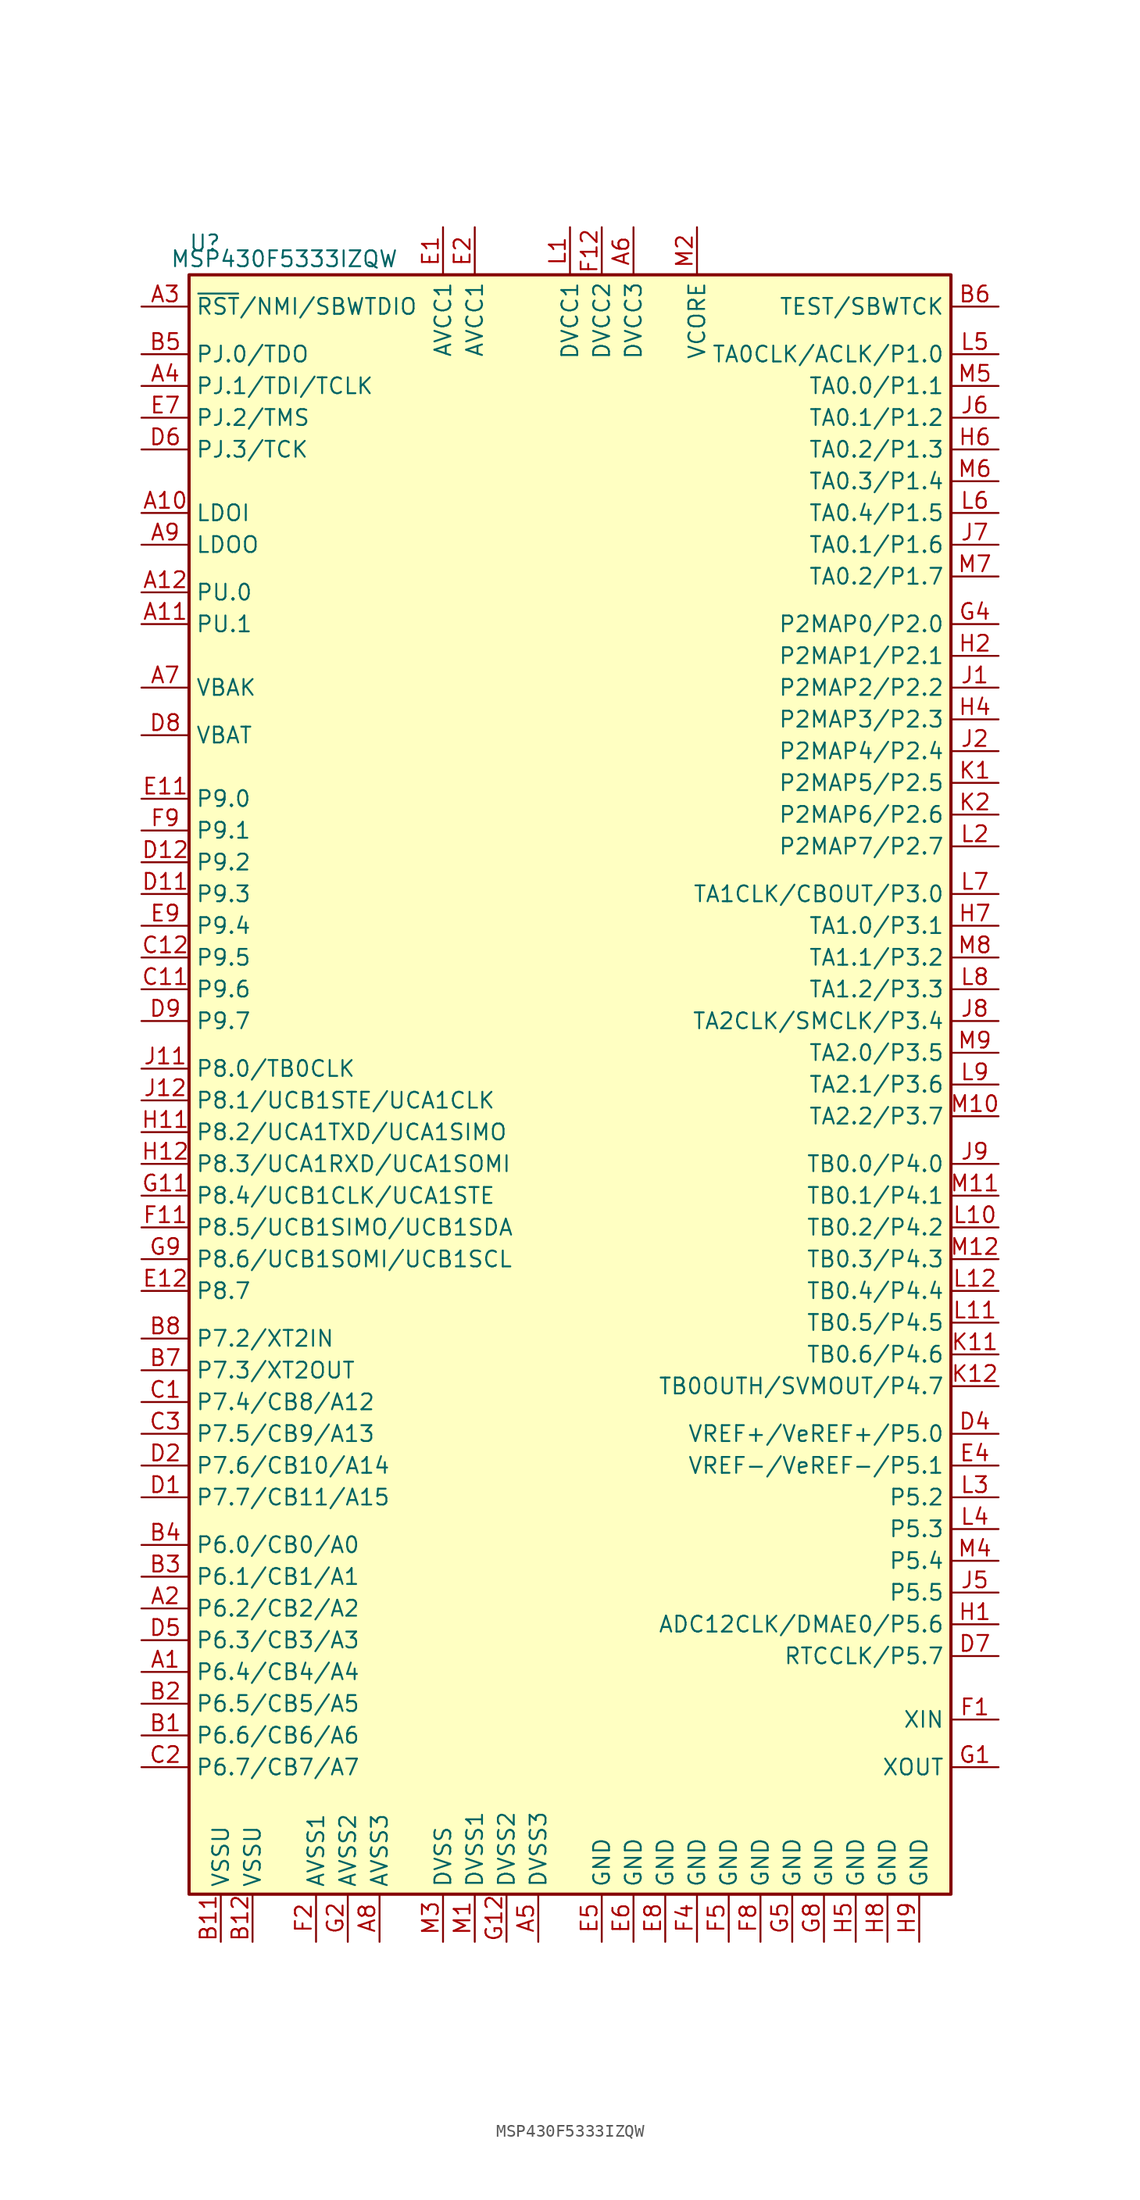
<source format=kicad_sym>
(kicad_symbol_lib
  (version 20231120)
  (generator "kicad_symbol_editor")
  (generator_version "8.0")
  (symbol "MSP430F5333IZQW"
    (property "Reference" "U"
      (at -29.21 67.31 0)
      (effects (font (size 1.27 1.27))))
    (property "Value" "MSP430F5333IZQW"
      (at -22.86 66.04 0)
      (effects (font (size 1.27 1.27))))
    (symbol "MSP430F5333IZQW_0_1"
      (rectangle (start -30.48 64.77) (end 30.48 -64.77) (stroke (width 0.254) (type default)) (fill (type background))))
    (symbol "MSP430F5333IZQW_1_1"
      (pin bidirectional line (at -34.29 -46.99 0) (length 3.81) (name "P6.4/CB4/A4" (effects (font (size 1.27 1.27)))) (number "A1" (effects (font (size 1.27 1.27)))))
      (pin bidirectional line (at -34.29 45.72 0) (length 3.81) (name "LDOI" (effects (font (size 1.27 1.27)))) (number "A10" (effects (font (size 1.27 1.27)))))
      (pin bidirectional line (at -34.29 36.83 0) (length 3.81) (name "PU.1" (effects (font (size 1.27 1.27)))) (number "A11" (effects (font (size 1.27 1.27)))))
      (pin bidirectional line (at -34.29 39.37 0) (length 3.81) (name "PU.0" (effects (font (size 1.27 1.27)))) (number "A12" (effects (font (size 1.27 1.27)))))
      (pin bidirectional line (at -34.29 -41.91 0) (length 3.81) (name "P6.2/CB2/A2" (effects (font (size 1.27 1.27)))) (number "A2" (effects (font (size 1.27 1.27)))))
      (pin input line (at -34.29 62.23 0) (length 3.81) (name "~{RST}/NMI/SBWTDIO" (effects (font (size 1.27 1.27)))) (number "A3" (effects (font (size 1.27 1.27)))))
      (pin bidirectional line (at -34.29 55.88 0) (length 3.81) (name "PJ.1/TDI/TCLK" (effects (font (size 1.27 1.27)))) (number "A4" (effects (font (size 1.27 1.27)))))
      (pin power_in line (at -2.54 -68.58 90) (length 3.81) (name "DVSS3" (effects (font (size 1.27 1.27)))) (number "A5" (effects (font (size 1.27 1.27)))))
      (pin power_in line (at 5.08 68.58 270) (length 3.81) (name "DVCC3" (effects (font (size 1.27 1.27)))) (number "A6" (effects (font (size 1.27 1.27)))))
      (pin bidirectional line (at -34.29 31.75 0) (length 3.81) (name "VBAK" (effects (font (size 1.27 1.27)))) (number "A7" (effects (font (size 1.27 1.27)))))
      (pin power_in line (at -15.24 -68.58 90) (length 3.81) (name "AVSS3" (effects (font (size 1.27 1.27)))) (number "A8" (effects (font (size 1.27 1.27)))))
      (pin bidirectional line (at -34.29 43.18 0) (length 3.81) (name "LDOO" (effects (font (size 1.27 1.27)))) (number "A9" (effects (font (size 1.27 1.27)))))
      (pin bidirectional line (at -34.29 -52.07 0) (length 3.81) (name "P6.6/CB6/A6" (effects (font (size 1.27 1.27)))) (number "B1" (effects (font (size 1.27 1.27)))))
      (pin power_in line (at -27.94 -68.58 90) (length 3.81) (name "VSSU" (effects (font (size 1.27 1.27)))) (number "B11" (effects (font (size 1.27 1.27)))))
      (pin power_in line (at -25.4 -68.58 90) (length 3.81) (name "VSSU" (effects (font (size 1.27 1.27)))) (number "B12" (effects (font (size 1.27 1.27)))))
      (pin bidirectional line (at -34.29 -49.53 0) (length 3.81) (name "P6.5/CB5/A5" (effects (font (size 1.27 1.27)))) (number "B2" (effects (font (size 1.27 1.27)))))
      (pin bidirectional line (at -34.29 -39.37 0) (length 3.81) (name "P6.1/CB1/A1" (effects (font (size 1.27 1.27)))) (number "B3" (effects (font (size 1.27 1.27)))))
      (pin bidirectional line (at -34.29 -36.83 0) (length 3.81) (name "P6.0/CB0/A0" (effects (font (size 1.27 1.27)))) (number "B4" (effects (font (size 1.27 1.27)))))
      (pin bidirectional line (at -34.29 58.42 0) (length 3.81) (name "PJ.0/TDO" (effects (font (size 1.27 1.27)))) (number "B5" (effects (font (size 1.27 1.27)))))
      (pin input line (at 34.29 62.23 180) (length 3.81) (name "TEST/SBWTCK" (effects (font (size 1.27 1.27)))) (number "B6" (effects (font (size 1.27 1.27)))))
      (pin bidirectional line (at -34.29 -22.86 0) (length 3.81) (name "P7.3/XT2OUT" (effects (font (size 1.27 1.27)))) (number "B7" (effects (font (size 1.27 1.27)))))
      (pin bidirectional line (at -34.29 -20.32 0) (length 3.81) (name "P7.2/XT2IN" (effects (font (size 1.27 1.27)))) (number "B8" (effects (font (size 1.27 1.27)))))
      (pin bidirectional line (at -34.29 -25.4 0) (length 3.81) (name "P7.4/CB8/A12" (effects (font (size 1.27 1.27)))) (number "C1" (effects (font (size 1.27 1.27)))))
      (pin bidirectional line (at -34.29 7.62 0) (length 3.81) (name "P9.6" (effects (font (size 1.27 1.27)))) (number "C11" (effects (font (size 1.27 1.27)))))
      (pin bidirectional line (at -34.29 10.16 0) (length 3.81) (name "P9.5" (effects (font (size 1.27 1.27)))) (number "C12" (effects (font (size 1.27 1.27)))))
      (pin bidirectional line (at -34.29 -54.61 0) (length 3.81) (name "P6.7/CB7/A7" (effects (font (size 1.27 1.27)))) (number "C2" (effects (font (size 1.27 1.27)))))
      (pin bidirectional line (at -34.29 -27.94 0) (length 3.81) (name "P7.5/CB9/A13" (effects (font (size 1.27 1.27)))) (number "C3" (effects (font (size 1.27 1.27)))))
      (pin bidirectional line (at -34.29 -33.02 0) (length 3.81) (name "P7.7/CB11/A15" (effects (font (size 1.27 1.27)))) (number "D1" (effects (font (size 1.27 1.27)))))
      (pin bidirectional line (at -34.29 15.24 0) (length 3.81) (name "P9.3" (effects (font (size 1.27 1.27)))) (number "D11" (effects (font (size 1.27 1.27)))))
      (pin bidirectional line (at -34.29 17.78 0) (length 3.81) (name "P9.2" (effects (font (size 1.27 1.27)))) (number "D12" (effects (font (size 1.27 1.27)))))
      (pin bidirectional line (at -34.29 -30.48 0) (length 3.81) (name "P7.6/CB10/A14" (effects (font (size 1.27 1.27)))) (number "D2" (effects (font (size 1.27 1.27)))))
      (pin bidirectional line (at 34.29 -27.94 180) (length 3.81) (name "VREF+/VeREF+/P5.0" (effects (font (size 1.27 1.27)))) (number "D4" (effects (font (size 1.27 1.27)))))
      (pin bidirectional line (at -34.29 -44.45 0) (length 3.81) (name "P6.3/CB3/A3" (effects (font (size 1.27 1.27)))) (number "D5" (effects (font (size 1.27 1.27)))))
      (pin bidirectional line (at -34.29 50.8 0) (length 3.81) (name "PJ.3/TCK" (effects (font (size 1.27 1.27)))) (number "D6" (effects (font (size 1.27 1.27)))))
      (pin bidirectional line (at 34.29 -45.72 180) (length 3.81) (name "RTCCLK/P5.7" (effects (font (size 1.27 1.27)))) (number "D7" (effects (font (size 1.27 1.27)))))
      (pin bidirectional line (at -34.29 27.94 0) (length 3.81) (name "VBAT" (effects (font (size 1.27 1.27)))) (number "D8" (effects (font (size 1.27 1.27)))))
      (pin bidirectional line (at -34.29 5.08 0) (length 3.81) (name "P9.7" (effects (font (size 1.27 1.27)))) (number "D9" (effects (font (size 1.27 1.27)))))
      (pin power_in line (at -10.16 68.58 270) (length 3.81) (name "AVCC1" (effects (font (size 1.27 1.27)))) (number "E1" (effects (font (size 1.27 1.27)))))
      (pin bidirectional line (at -34.29 22.86 0) (length 3.81) (name "P9.0" (effects (font (size 1.27 1.27)))) (number "E11" (effects (font (size 1.27 1.27)))))
      (pin bidirectional line (at -34.29 -16.51 0) (length 3.81) (name "P8.7" (effects (font (size 1.27 1.27)))) (number "E12" (effects (font (size 1.27 1.27)))))
      (pin power_in line (at -7.62 68.58 270) (length 3.81) (name "AVCC1" (effects (font (size 1.27 1.27)))) (number "E2" (effects (font (size 1.27 1.27)))))
      (pin bidirectional line (at 34.29 -30.48 180) (length 3.81) (name "VREF-/VeREF-/P5.1" (effects (font (size 1.27 1.27)))) (number "E4" (effects (font (size 1.27 1.27)))))
      (pin power_in line (at 2.54 -68.58 90) (length 3.81) (name "GND" (effects (font (size 1.27 1.27)))) (number "E5" (effects (font (size 1.27 1.27)))))
      (pin power_in line (at 5.08 -68.58 90) (length 3.81) (name "GND" (effects (font (size 1.27 1.27)))) (number "E6" (effects (font (size 1.27 1.27)))))
      (pin bidirectional line (at -34.29 53.34 0) (length 3.81) (name "PJ.2/TMS" (effects (font (size 1.27 1.27)))) (number "E7" (effects (font (size 1.27 1.27)))))
      (pin power_in line (at 7.62 -68.58 90) (length 3.81) (name "GND" (effects (font (size 1.27 1.27)))) (number "E8" (effects (font (size 1.27 1.27)))))
      (pin bidirectional line (at -34.29 12.7 0) (length 3.81) (name "P9.4" (effects (font (size 1.27 1.27)))) (number "E9" (effects (font (size 1.27 1.27)))))
      (pin bidirectional line (at 34.29 -50.8 180) (length 3.81) (name "XIN" (effects (font (size 1.27 1.27)))) (number "F1" (effects (font (size 1.27 1.27)))))
      (pin bidirectional line (at -34.29 -11.43 0) (length 3.81) (name "P8.5/UCB1SIMO/UCB1SDA" (effects (font (size 1.27 1.27)))) (number "F11" (effects (font (size 1.27 1.27)))))
      (pin power_in line (at 2.54 68.58 270) (length 3.81) (name "DVCC2" (effects (font (size 1.27 1.27)))) (number "F12" (effects (font (size 1.27 1.27)))))
      (pin power_in line (at -20.32 -68.58 90) (length 3.81) (name "AVSS1" (effects (font (size 1.27 1.27)))) (number "F2" (effects (font (size 1.27 1.27)))))
      (pin power_in line (at 10.16 -68.58 90) (length 3.81) (name "GND" (effects (font (size 1.27 1.27)))) (number "F4" (effects (font (size 1.27 1.27)))))
      (pin power_in line (at 12.7 -68.58 90) (length 3.81) (name "GND" (effects (font (size 1.27 1.27)))) (number "F5" (effects (font (size 1.27 1.27)))))
      (pin power_in line (at 15.24 -68.58 90) (length 3.81) (name "GND" (effects (font (size 1.27 1.27)))) (number "F8" (effects (font (size 1.27 1.27)))))
      (pin bidirectional line (at -34.29 20.32 0) (length 3.81) (name "P9.1" (effects (font (size 1.27 1.27)))) (number "F9" (effects (font (size 1.27 1.27)))))
      (pin bidirectional line (at 34.29 -54.61 180) (length 3.81) (name "XOUT" (effects (font (size 1.27 1.27)))) (number "G1" (effects (font (size 1.27 1.27)))))
      (pin bidirectional line (at -34.29 -8.89 0) (length 3.81) (name "P8.4/UCB1CLK/UCA1STE" (effects (font (size 1.27 1.27)))) (number "G11" (effects (font (size 1.27 1.27)))))
      (pin power_in line (at -5.08 -68.58 90) (length 3.81) (name "DVSS2" (effects (font (size 1.27 1.27)))) (number "G12" (effects (font (size 1.27 1.27)))))
      (pin power_in line (at -17.78 -68.58 90) (length 3.81) (name "AVSS2" (effects (font (size 1.27 1.27)))) (number "G2" (effects (font (size 1.27 1.27)))))
      (pin bidirectional line (at 34.29 36.83 180) (length 3.81) (name "P2MAP0/P2.0" (effects (font (size 1.27 1.27)))) (number "G4" (effects (font (size 1.27 1.27)))))
      (pin power_in line (at 17.78 -68.58 90) (length 3.81) (name "GND" (effects (font (size 1.27 1.27)))) (number "G5" (effects (font (size 1.27 1.27)))))
      (pin power_in line (at 20.32 -68.58 90) (length 3.81) (name "GND" (effects (font (size 1.27 1.27)))) (number "G8" (effects (font (size 1.27 1.27)))))
      (pin bidirectional line (at -34.29 -13.97 0) (length 3.81) (name "P8.6/UCB1SOMI/UCB1SCL" (effects (font (size 1.27 1.27)))) (number "G9" (effects (font (size 1.27 1.27)))))
      (pin bidirectional line (at 34.29 -43.18 180) (length 3.81) (name "ADC12CLK/DMAE0/P5.6" (effects (font (size 1.27 1.27)))) (number "H1" (effects (font (size 1.27 1.27)))))
      (pin bidirectional line (at -34.29 -3.81 0) (length 3.81) (name "P8.2/UCA1TXD/UCA1SIMO" (effects (font (size 1.27 1.27)))) (number "H11" (effects (font (size 1.27 1.27)))))
      (pin bidirectional line (at -34.29 -6.35 0) (length 3.81) (name "P8.3/UCA1RXD/UCA1SOMI" (effects (font (size 1.27 1.27)))) (number "H12" (effects (font (size 1.27 1.27)))))
      (pin bidirectional line (at 34.29 34.29 180) (length 3.81) (name "P2MAP1/P2.1" (effects (font (size 1.27 1.27)))) (number "H2" (effects (font (size 1.27 1.27)))))
      (pin bidirectional line (at 34.29 29.21 180) (length 3.81) (name "P2MAP3/P2.3" (effects (font (size 1.27 1.27)))) (number "H4" (effects (font (size 1.27 1.27)))))
      (pin power_in line (at 22.86 -68.58 90) (length 3.81) (name "GND" (effects (font (size 1.27 1.27)))) (number "H5" (effects (font (size 1.27 1.27)))))
      (pin bidirectional line (at 34.29 50.8 180) (length 3.81) (name "TA0.2/P1.3" (effects (font (size 1.27 1.27)))) (number "H6" (effects (font (size 1.27 1.27)))))
      (pin bidirectional line (at 34.29 12.7 180) (length 3.81) (name "TA1.0/P3.1" (effects (font (size 1.27 1.27)))) (number "H7" (effects (font (size 1.27 1.27)))))
      (pin power_in line (at 25.4 -68.58 90) (length 3.81) (name "GND" (effects (font (size 1.27 1.27)))) (number "H8" (effects (font (size 1.27 1.27)))))
      (pin power_in line (at 27.94 -68.58 90) (length 3.81) (name "GND" (effects (font (size 1.27 1.27)))) (number "H9" (effects (font (size 1.27 1.27)))))
      (pin bidirectional line (at 34.29 31.75 180) (length 3.81) (name "P2MAP2/P2.2" (effects (font (size 1.27 1.27)))) (number "J1" (effects (font (size 1.27 1.27)))))
      (pin bidirectional line (at -34.29 1.27 0) (length 3.81) (name "P8.0/TB0CLK" (effects (font (size 1.27 1.27)))) (number "J11" (effects (font (size 1.27 1.27)))))
      (pin bidirectional line (at -34.29 -1.27 0) (length 3.81) (name "P8.1/UCB1STE/UCA1CLK" (effects (font (size 1.27 1.27)))) (number "J12" (effects (font (size 1.27 1.27)))))
      (pin bidirectional line (at 34.29 26.67 180) (length 3.81) (name "P2MAP4/P2.4" (effects (font (size 1.27 1.27)))) (number "J2" (effects (font (size 1.27 1.27)))))
      (pin bidirectional line (at 34.29 -40.64 180) (length 3.81) (name "P5.5" (effects (font (size 1.27 1.27)))) (number "J5" (effects (font (size 1.27 1.27)))))
      (pin bidirectional line (at 34.29 53.34 180) (length 3.81) (name "TA0.1/P1.2" (effects (font (size 1.27 1.27)))) (number "J6" (effects (font (size 1.27 1.27)))))
      (pin bidirectional line (at 34.29 43.18 180) (length 3.81) (name "TA0.1/P1.6" (effects (font (size 1.27 1.27)))) (number "J7" (effects (font (size 1.27 1.27)))))
      (pin bidirectional line (at 34.29 5.08 180) (length 3.81) (name "TA2CLK/SMCLK/P3.4" (effects (font (size 1.27 1.27)))) (number "J8" (effects (font (size 1.27 1.27)))))
      (pin bidirectional line (at 34.29 -6.35 180) (length 3.81) (name "TB0.0/P4.0" (effects (font (size 1.27 1.27)))) (number "J9" (effects (font (size 1.27 1.27)))))
      (pin bidirectional line (at 34.29 24.13 180) (length 3.81) (name "P2MAP5/P2.5" (effects (font (size 1.27 1.27)))) (number "K1" (effects (font (size 1.27 1.27)))))
      (pin bidirectional line (at 34.29 -21.59 180) (length 3.81) (name "TB0.6/P4.6" (effects (font (size 1.27 1.27)))) (number "K11" (effects (font (size 1.27 1.27)))))
      (pin bidirectional line (at 34.29 -24.13 180) (length 3.81) (name "TB0OUTH/SVMOUT/P4.7" (effects (font (size 1.27 1.27)))) (number "K12" (effects (font (size 1.27 1.27)))))
      (pin bidirectional line (at 34.29 21.59 180) (length 3.81) (name "P2MAP6/P2.6" (effects (font (size 1.27 1.27)))) (number "K2" (effects (font (size 1.27 1.27)))))
      (pin power_in line (at 0 68.58 270) (length 3.81) (name "DVCC1" (effects (font (size 1.27 1.27)))) (number "L1" (effects (font (size 1.27 1.27)))))
      (pin bidirectional line (at 34.29 -11.43 180) (length 3.81) (name "TB0.2/P4.2" (effects (font (size 1.27 1.27)))) (number "L10" (effects (font (size 1.27 1.27)))))
      (pin bidirectional line (at 34.29 -19.05 180) (length 3.81) (name "TB0.5/P4.5" (effects (font (size 1.27 1.27)))) (number "L11" (effects (font (size 1.27 1.27)))))
      (pin bidirectional line (at 34.29 -16.51 180) (length 3.81) (name "TB0.4/P4.4" (effects (font (size 1.27 1.27)))) (number "L12" (effects (font (size 1.27 1.27)))))
      (pin bidirectional line (at 34.29 19.05 180) (length 3.81) (name "P2MAP7/P2.7" (effects (font (size 1.27 1.27)))) (number "L2" (effects (font (size 1.27 1.27)))))
      (pin bidirectional line (at 34.29 -33.02 180) (length 3.81) (name "P5.2" (effects (font (size 1.27 1.27)))) (number "L3" (effects (font (size 1.27 1.27)))))
      (pin bidirectional line (at 34.29 -35.56 180) (length 3.81) (name "P5.3" (effects (font (size 1.27 1.27)))) (number "L4" (effects (font (size 1.27 1.27)))))
      (pin bidirectional line (at 34.29 58.42 180) (length 3.81) (name "TA0CLK/ACLK/P1.0" (effects (font (size 1.27 1.27)))) (number "L5" (effects (font (size 1.27 1.27)))))
      (pin bidirectional line (at 34.29 45.72 180) (length 3.81) (name "TA0.4/P1.5" (effects (font (size 1.27 1.27)))) (number "L6" (effects (font (size 1.27 1.27)))))
      (pin bidirectional line (at 34.29 15.24 180) (length 3.81) (name "TA1CLK/CBOUT/P3.0" (effects (font (size 1.27 1.27)))) (number "L7" (effects (font (size 1.27 1.27)))))
      (pin bidirectional line (at 34.29 7.62 180) (length 3.81) (name "TA1.2/P3.3" (effects (font (size 1.27 1.27)))) (number "L8" (effects (font (size 1.27 1.27)))))
      (pin bidirectional line (at 34.29 0 180) (length 3.81) (name "TA2.1/P3.6" (effects (font (size 1.27 1.27)))) (number "L9" (effects (font (size 1.27 1.27)))))
      (pin power_in line (at -7.62 -68.58 90) (length 3.81) (name "DVSS1" (effects (font (size 1.27 1.27)))) (number "M1" (effects (font (size 1.27 1.27)))))
      (pin bidirectional line (at 34.29 -2.54 180) (length 3.81) (name "TA2.2/P3.7" (effects (font (size 1.27 1.27)))) (number "M10" (effects (font (size 1.27 1.27)))))
      (pin bidirectional line (at 34.29 -8.89 180) (length 3.81) (name "TB0.1/P4.1" (effects (font (size 1.27 1.27)))) (number "M11" (effects (font (size 1.27 1.27)))))
      (pin bidirectional line (at 34.29 -13.97 180) (length 3.81) (name "TB0.3/P4.3" (effects (font (size 1.27 1.27)))) (number "M12" (effects (font (size 1.27 1.27)))))
      (pin bidirectional line (at 10.16 68.58 270) (length 3.81) (name "VCORE" (effects (font (size 1.27 1.27)))) (number "M2" (effects (font (size 1.27 1.27)))))
      (pin power_in line (at -10.16 -68.58 90) (length 3.81) (name "DVSS" (effects (font (size 1.27 1.27)))) (number "M3" (effects (font (size 1.27 1.27)))))
      (pin bidirectional line (at 34.29 -38.1 180) (length 3.81) (name "P5.4" (effects (font (size 1.27 1.27)))) (number "M4" (effects (font (size 1.27 1.27)))))
      (pin bidirectional line (at 34.29 55.88 180) (length 3.81) (name "TA0.0/P1.1" (effects (font (size 1.27 1.27)))) (number "M5" (effects (font (size 1.27 1.27)))))
      (pin bidirectional line (at 34.29 48.26 180) (length 3.81) (name "TA0.3/P1.4" (effects (font (size 1.27 1.27)))) (number "M6" (effects (font (size 1.27 1.27)))))
      (pin bidirectional line (at 34.29 40.64 180) (length 3.81) (name "TA0.2/P1.7" (effects (font (size 1.27 1.27)))) (number "M7" (effects (font (size 1.27 1.27)))))
      (pin bidirectional line (at 34.29 10.16 180) (length 3.81) (name "TA1.1/P3.2" (effects (font (size 1.27 1.27)))) (number "M8" (effects (font (size 1.27 1.27)))))
      (pin bidirectional line (at 34.29 2.54 180) (length 3.81) (name "TA2.0/P3.5" (effects (font (size 1.27 1.27)))) (number "M9" (effects (font (size 1.27 1.27))))))))
</source>
